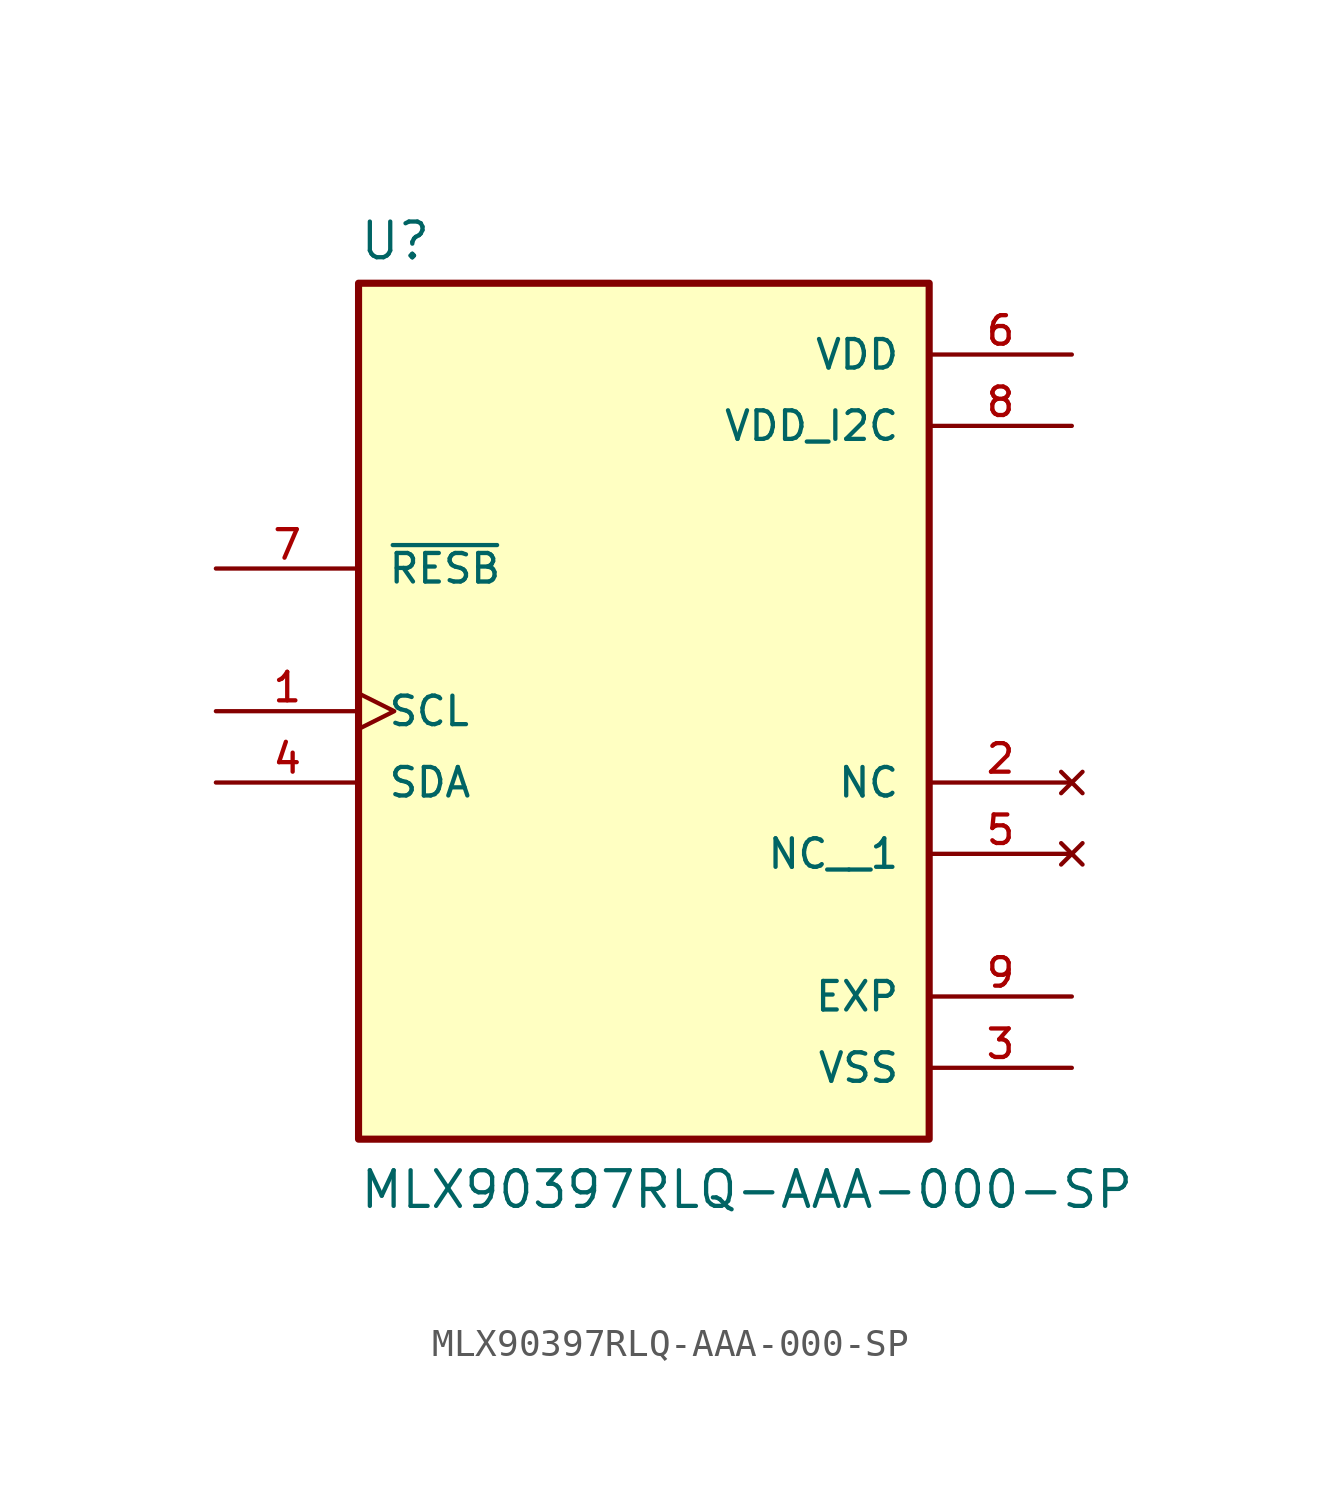
<source format=kicad_sym>
(kicad_symbol_lib
  (version 20211014)
  (generator kicad_symbol_editor)
  (symbol "MLX90397RLQ-AAA-000-SP"
    (pin_names
      (offset 1.016))
    (property "Reference" "U"
      (at -10.16 13.462 0)
      (effects (font (size 1.27 1.27)) (justify bottom left)))
    (property "Value" "MLX90397RLQ-AAA-000-SP"
      (at -10.16 -20.32 0)
      (effects (font (size 1.27 1.27)) (justify bottom left)))
    (symbol "MLX90397RLQ-AAA-000-SP_0_0"
      (rectangle (start -10.16 -17.78) (end 10.16 12.7) (stroke (width 0.254)) (fill (type background)))
      (pin bidirectional line (at -15.24 -5.08 0) (length 5.08) (name "SDA" (effects (font (size 1.016 1.016)))) (number "4" (effects (font (size 1.016 1.016)))))
      (pin power_in line (at 15.24 7.62 180.0) (length 5.08) (name "VDD_I2C" (effects (font (size 1.016 1.016)))) (number "8" (effects (font (size 1.016 1.016)))))
      (pin power_in line (at 15.24 -15.24 180.0) (length 5.08) (name "VSS" (effects (font (size 1.016 1.016)))) (number "3" (effects (font (size 1.016 1.016)))))
      (pin input clock (at -15.24 -2.54 0) (length 5.08) (name "SCL" (effects (font (size 1.016 1.016)))) (number "1" (effects (font (size 1.016 1.016)))))
      (pin no_connect line (at 15.24 -5.08 180.0) (length 5.08) (name "NC" (effects (font (size 1.016 1.016)))) (number "2" (effects (font (size 1.016 1.016)))))
      (pin passive line (at 15.24 -12.7 180.0) (length 5.08) (name "EXP" (effects (font (size 1.016 1.016)))) (number "9" (effects (font (size 1.016 1.016)))))
      (pin input line (at -15.24 2.54 0) (length 5.08) (name "~{RESB}" (effects (font (size 1.016 1.016)))) (number "7" (effects (font (size 1.016 1.016)))))
      (pin power_in line (at 15.24 10.16 180.0) (length 5.08) (name "VDD" (effects (font (size 1.016 1.016)))) (number "6" (effects (font (size 1.016 1.016)))))
      (pin no_connect line (at 15.24 -7.62 180.0) (length 5.08) (name "NC__1" (effects (font (size 1.016 1.016)))) (number "5" (effects (font (size 1.016 1.016))))))))
</source>
